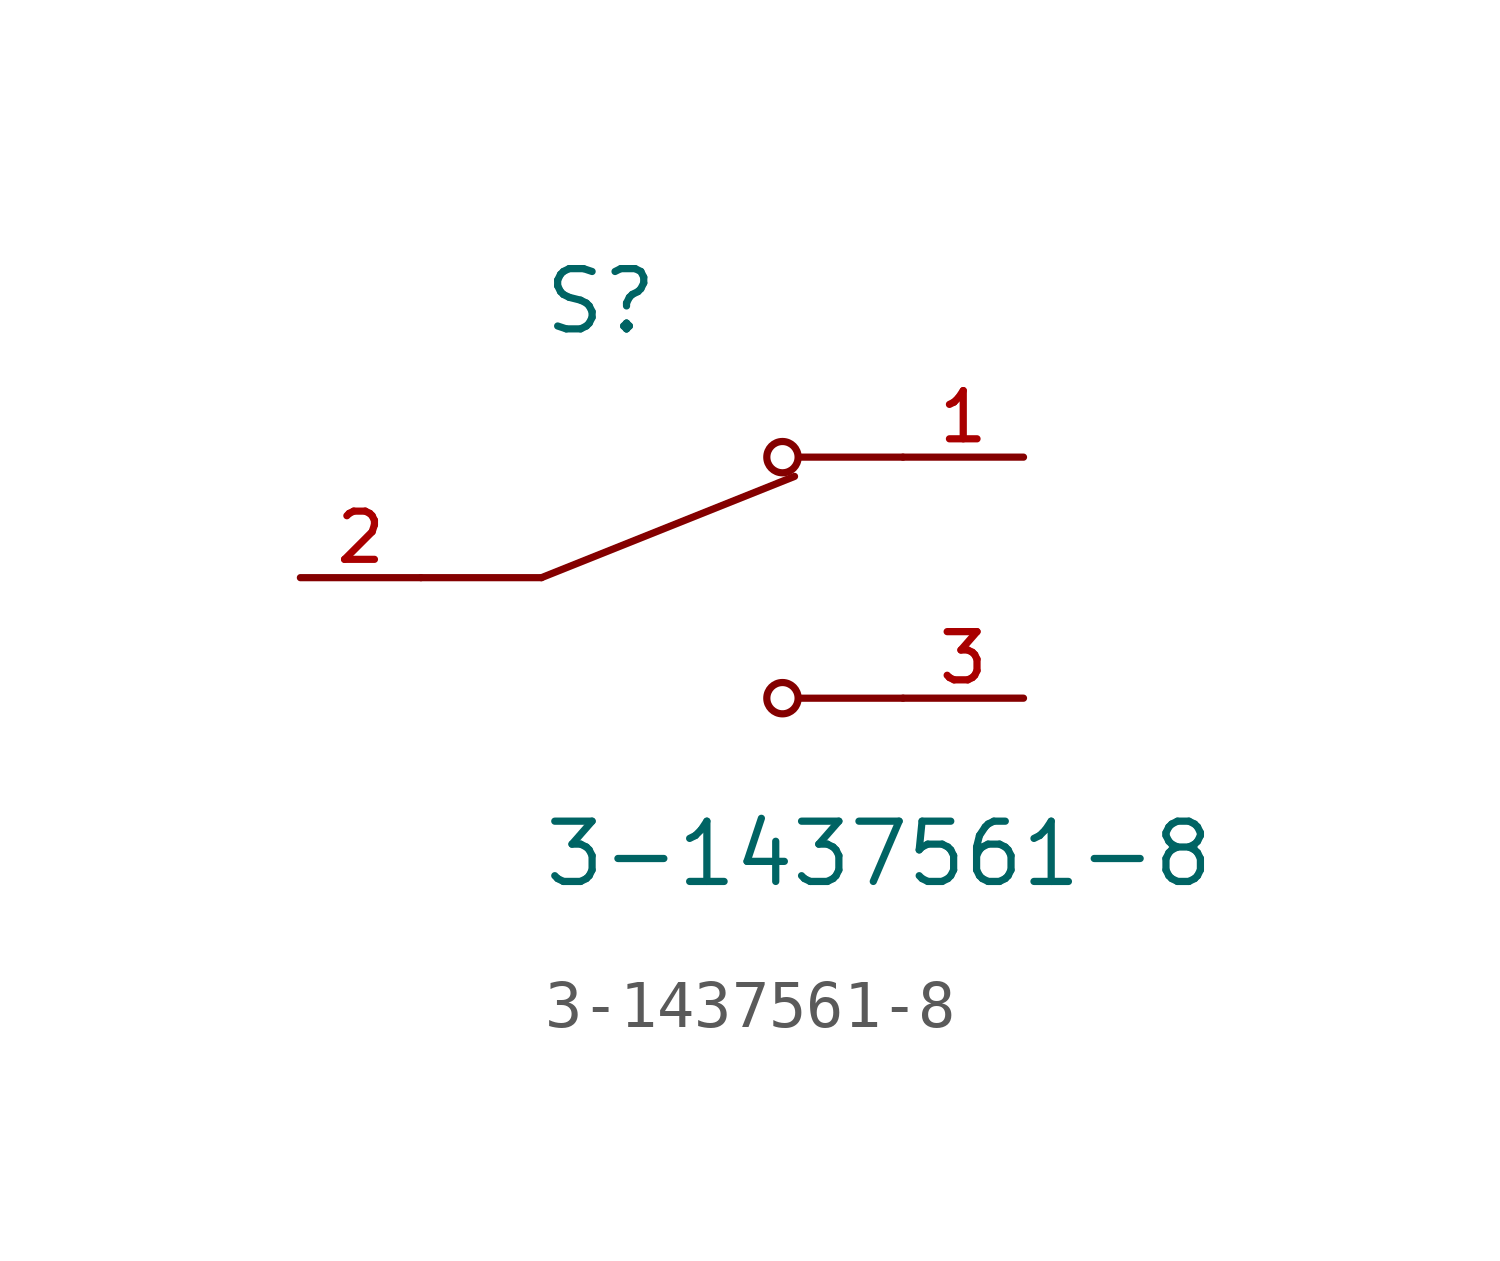
<source format=kicad_sym>
(kicad_symbol_lib
  (version 20231120)
  (generator "kicad_symbol_editor")
  (generator_version "8.0")
  (symbol "3-1437561-8"
    (pin_names
      (offset 1.016))
    (property "Reference" "S"
      (at -2.54 5.08 0)
      (effects (font (size 1.27 1.27)) (justify left bottom)))
    (property "Value" "3-1437561-8"
      (at -2.54 -5.08 0)
      (effects (font (size 1.27 1.27)) (justify left top)))
    (symbol "3-1437561-8_0_0"
      (polyline (pts (xy -2.54 0) (xy -5.08 0)) (stroke (width 0.152) (type default)) (fill (type none)))
      (polyline (pts (xy -2.54 0) (xy 2.794 2.134)) (stroke (width 0.152) (type default)) (fill (type none)))
      (polyline (pts (xy 5.08 -2.54) (xy 2.921 -2.54)) (stroke (width 0.152) (type default)) (fill (type none)))
      (polyline (pts (xy 5.08 2.54) (xy 2.921 2.54)) (stroke (width 0.152) (type default)) (fill (type none)))
      (circle (center 2.54 -2.54) (radius 0.33) (stroke (width 0.152) (type default)) (fill (type none)))
      (circle (center 2.54 2.54) (radius 0.33) (stroke (width 0.152) (type default)) (fill (type none)))
      (pin passive line (at 7.62 2.54 180) (length 2.54) (name "~" (effects (font (size 1.016 1.016)))) (number "1" (effects (font (size 1.016 1.016)))))
      (pin passive line (at -7.62 0 0) (length 2.54) (name "~" (effects (font (size 1.016 1.016)))) (number "2" (effects (font (size 1.016 1.016)))))
      (pin passive line (at 7.62 -2.54 180) (length 2.54) (name "~" (effects (font (size 1.016 1.016)))) (number "3" (effects (font (size 1.016 1.016))))))))
</source>
